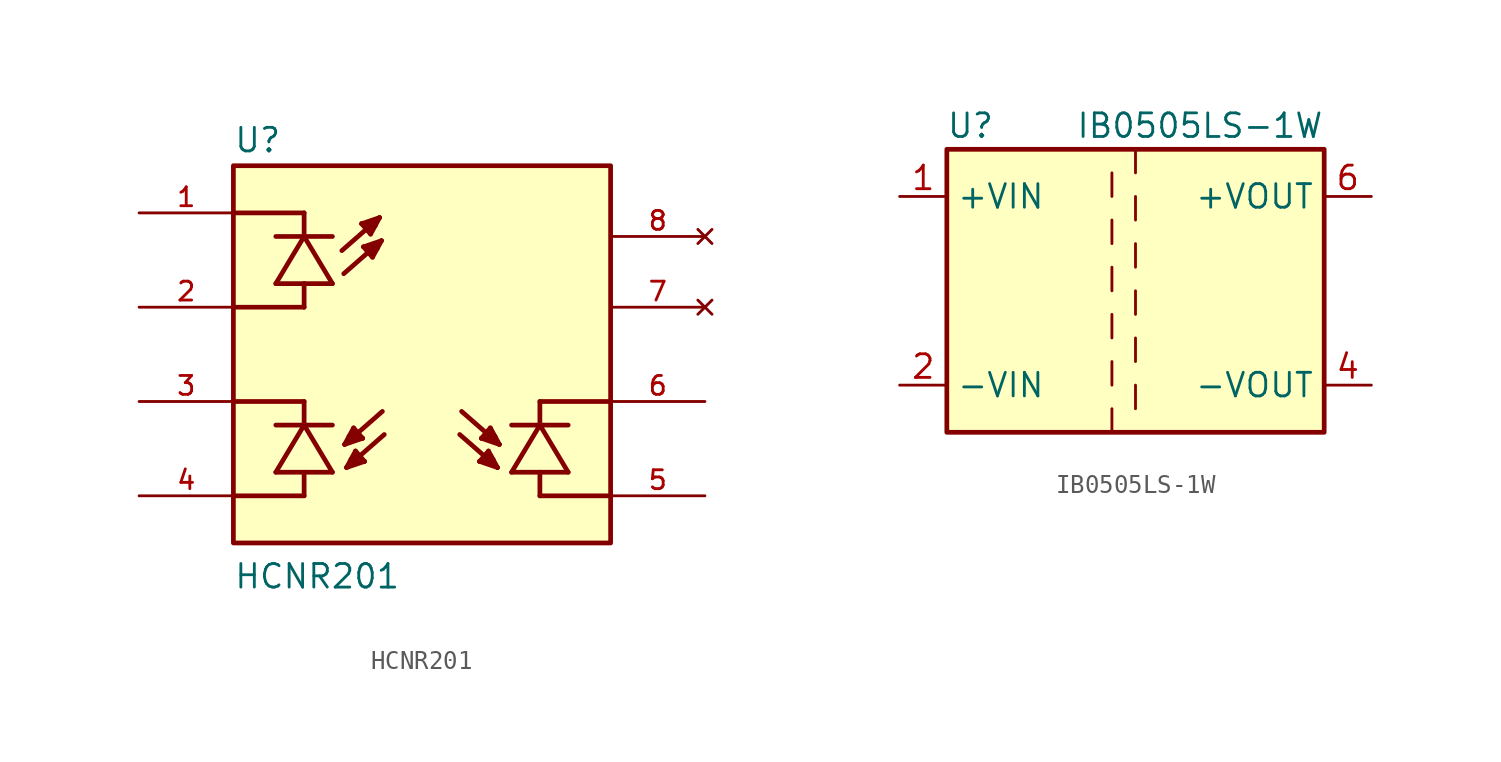
<source format=kicad_sym>
(kicad_symbol_lib
  (version 20231120)
  (generator "kicad_symbol_editor")
  (generator_version "8.0")
  (symbol "HCNR201"
    (pin_names
      (offset 1.016) hide)
    (property "Reference" "U"
      (at -10.16 10.795 0)
      (effects (font (size 1.27 1.27)) (justify left bottom)))
    (property "Value" "HCNR201"
      (at -10.16 -12.7 0)
      (effects (font (size 1.27 1.27)) (justify left bottom)))
    (property "ki_locked" ""
      (at 0 0 0)
      (effects (font (size 1.27 1.27))))
    (symbol "HCNR201_0_0"
      (rectangle (start -10.16 -10.16) (end 10.16 10.16) (stroke (width 0.254) (type default)) (fill (type background)))
      (polyline (pts (xy -10.16 -2.54) (xy -6.35 -2.54)) (stroke (width 0.254) (type default)) (fill (type none)))
      (polyline (pts (xy -10.16 2.54) (xy -6.35 2.54)) (stroke (width 0.254) (type default)) (fill (type none)))
      (polyline (pts (xy -10.16 7.62) (xy -6.35 7.62)) (stroke (width 0.254) (type default)) (fill (type none)))
      (polyline (pts (xy -7.874 -6.35) (xy -6.35 -3.81)) (stroke (width 0.254) (type default)) (fill (type none)))
      (polyline (pts (xy -7.874 3.81) (xy -6.35 6.35)) (stroke (width 0.254) (type default)) (fill (type none)))
      (polyline (pts (xy -6.35 -7.62) (xy -10.16 -7.62)) (stroke (width 0.254) (type default)) (fill (type none)))
      (polyline (pts (xy -6.35 -6.35) (xy -7.874 -6.35)) (stroke (width 0.254) (type default)) (fill (type none)))
      (polyline (pts (xy -6.35 -6.35) (xy -6.35 -7.62)) (stroke (width 0.254) (type default)) (fill (type none)))
      (polyline (pts (xy -6.35 -3.81) (xy -6.35 -2.54)) (stroke (width 0.254) (type default)) (fill (type none)))
      (polyline (pts (xy -6.35 -3.81) (xy -4.826 -6.35)) (stroke (width 0.254) (type default)) (fill (type none)))
      (polyline (pts (xy -6.35 2.54) (xy -6.35 3.81)) (stroke (width 0.254) (type default)) (fill (type none)))
      (polyline (pts (xy -6.35 3.81) (xy -7.874 3.81)) (stroke (width 0.254) (type default)) (fill (type none)))
      (polyline (pts (xy -6.35 6.35) (xy -7.874 6.35)) (stroke (width 0.254) (type default)) (fill (type none)))
      (polyline (pts (xy -6.35 6.35) (xy -4.826 3.81)) (stroke (width 0.254) (type default)) (fill (type none)))
      (polyline (pts (xy -6.35 7.62) (xy -6.35 6.35)) (stroke (width 0.254) (type default)) (fill (type none)))
      (polyline (pts (xy -4.826 -6.35) (xy -6.35 -6.35)) (stroke (width 0.254) (type default)) (fill (type none)))
      (polyline (pts (xy -4.826 -3.81) (xy -7.874 -3.81)) (stroke (width 0.254) (type default)) (fill (type none)))
      (polyline (pts (xy -4.826 3.81) (xy -6.35 3.81)) (stroke (width 0.254) (type default)) (fill (type none)))
      (polyline (pts (xy -4.826 6.35) (xy -6.35 6.35)) (stroke (width 0.254) (type default)) (fill (type none)))
      (polyline (pts (xy -4.166 -4.851) (xy -3.2 -4.521)) (stroke (width 0.254) (type default)) (fill (type none)))
      (polyline (pts (xy -4.166 -4.851) (xy -2.134 -3.073)) (stroke (width 0.254) (type default)) (fill (type none)))
      (polyline (pts (xy -4.064 -6.096) (xy -3.099 -5.766)) (stroke (width 0.254) (type default)) (fill (type none)))
      (polyline (pts (xy -4.064 -6.096) (xy -2.032 -4.318)) (stroke (width 0.254) (type default)) (fill (type none)))
      (polyline (pts (xy -3.937 -4.547) (xy -3.937 -4.42)) (stroke (width 0.254) (type default)) (fill (type none)))
      (polyline (pts (xy -3.835 -5.791) (xy -3.835 -5.664)) (stroke (width 0.254) (type default)) (fill (type none)))
      (polyline (pts (xy -3.683 -3.962) (xy -4.166 -4.851)) (stroke (width 0.254) (type default)) (fill (type none)))
      (polyline (pts (xy -3.607 -4.14) (xy -3.759 -4.369)) (stroke (width 0.254) (type default)) (fill (type none)))
      (polyline (pts (xy -3.581 -5.207) (xy -4.064 -6.096)) (stroke (width 0.254) (type default)) (fill (type none)))
      (polyline (pts (xy -3.505 -5.385) (xy -3.658 -5.613)) (stroke (width 0.254) (type default)) (fill (type none)))
      (polyline (pts (xy -3.251 7.036) (xy -2.769 6.477)) (stroke (width 0.254) (type default)) (fill (type none)))
      (polyline (pts (xy -3.251 7.036) (xy -2.515 7.061)) (stroke (width 0.254) (type default)) (fill (type none)))
      (polyline (pts (xy -3.2 -4.521) (xy -3.937 -4.547)) (stroke (width 0.254) (type default)) (fill (type none)))
      (polyline (pts (xy -3.2 -4.521) (xy -3.683 -3.962)) (stroke (width 0.254) (type default)) (fill (type none)))
      (polyline (pts (xy -3.15 5.791) (xy -2.667 5.232)) (stroke (width 0.254) (type default)) (fill (type none)))
      (polyline (pts (xy -3.15 5.791) (xy -2.413 5.817)) (stroke (width 0.254) (type default)) (fill (type none)))
      (polyline (pts (xy -3.099 -5.766) (xy -3.835 -5.791)) (stroke (width 0.254) (type default)) (fill (type none)))
      (polyline (pts (xy -3.099 -5.766) (xy -3.581 -5.207)) (stroke (width 0.254) (type default)) (fill (type none)))
      (polyline (pts (xy -2.845 6.655) (xy -2.692 6.883)) (stroke (width 0.254) (type default)) (fill (type none)))
      (polyline (pts (xy -2.769 6.477) (xy -2.286 7.366)) (stroke (width 0.254) (type default)) (fill (type none)))
      (polyline (pts (xy -2.743 5.41) (xy -2.591 5.639)) (stroke (width 0.254) (type default)) (fill (type none)))
      (polyline (pts (xy -2.667 5.232) (xy -2.184 6.121)) (stroke (width 0.254) (type default)) (fill (type none)))
      (polyline (pts (xy -2.515 7.061) (xy -2.515 6.934)) (stroke (width 0.254) (type default)) (fill (type none)))
      (polyline (pts (xy -2.413 5.817) (xy -2.413 5.69)) (stroke (width 0.254) (type default)) (fill (type none)))
      (polyline (pts (xy -2.286 7.366) (xy -4.318 5.588)) (stroke (width 0.254) (type default)) (fill (type none)))
      (polyline (pts (xy -2.286 7.366) (xy -3.251 7.036)) (stroke (width 0.254) (type default)) (fill (type none)))
      (polyline (pts (xy -2.184 6.121) (xy -4.216 4.343)) (stroke (width 0.254) (type default)) (fill (type none)))
      (polyline (pts (xy -2.184 6.121) (xy -3.15 5.791)) (stroke (width 0.254) (type default)) (fill (type none)))
      (polyline (pts (xy 3.099 -5.766) (xy 3.581 -5.207)) (stroke (width 0.254) (type default)) (fill (type none)))
      (polyline (pts (xy 3.099 -5.766) (xy 3.835 -5.791)) (stroke (width 0.254) (type default)) (fill (type none)))
      (polyline (pts (xy 3.2 -4.521) (xy 3.683 -3.962)) (stroke (width 0.254) (type default)) (fill (type none)))
      (polyline (pts (xy 3.2 -4.521) (xy 3.937 -4.547)) (stroke (width 0.254) (type default)) (fill (type none)))
      (polyline (pts (xy 3.505 -5.385) (xy 3.658 -5.613)) (stroke (width 0.254) (type default)) (fill (type none)))
      (polyline (pts (xy 3.581 -5.207) (xy 4.064 -6.096)) (stroke (width 0.254) (type default)) (fill (type none)))
      (polyline (pts (xy 3.607 -4.14) (xy 3.759 -4.369)) (stroke (width 0.254) (type default)) (fill (type none)))
      (polyline (pts (xy 3.683 -3.962) (xy 4.166 -4.851)) (stroke (width 0.254) (type default)) (fill (type none)))
      (polyline (pts (xy 3.835 -5.791) (xy 3.835 -5.664)) (stroke (width 0.254) (type default)) (fill (type none)))
      (polyline (pts (xy 3.937 -4.547) (xy 3.937 -4.42)) (stroke (width 0.254) (type default)) (fill (type none)))
      (polyline (pts (xy 4.064 -6.096) (xy 2.032 -4.318)) (stroke (width 0.254) (type default)) (fill (type none)))
      (polyline (pts (xy 4.064 -6.096) (xy 3.099 -5.766)) (stroke (width 0.254) (type default)) (fill (type none)))
      (polyline (pts (xy 4.166 -4.851) (xy 2.134 -3.073)) (stroke (width 0.254) (type default)) (fill (type none)))
      (polyline (pts (xy 4.166 -4.851) (xy 3.2 -4.521)) (stroke (width 0.254) (type default)) (fill (type none)))
      (polyline (pts (xy 4.826 -6.35) (xy 6.35 -6.35)) (stroke (width 0.254) (type default)) (fill (type none)))
      (polyline (pts (xy 4.826 -3.81) (xy 7.874 -3.81)) (stroke (width 0.254) (type default)) (fill (type none)))
      (polyline (pts (xy 6.35 -6.35) (xy 6.35 -7.62)) (stroke (width 0.254) (type default)) (fill (type none)))
      (polyline (pts (xy 6.35 -6.35) (xy 7.874 -6.35)) (stroke (width 0.254) (type default)) (fill (type none)))
      (polyline (pts (xy 6.35 -3.81) (xy 4.826 -6.35)) (stroke (width 0.254) (type default)) (fill (type none)))
      (polyline (pts (xy 6.35 -3.81) (xy 6.35 -2.54)) (stroke (width 0.254) (type default)) (fill (type none)))
      (polyline (pts (xy 6.35 -2.54) (xy 10.16 -2.54)) (stroke (width 0.254) (type default)) (fill (type none)))
      (polyline (pts (xy 7.874 -6.35) (xy 6.35 -3.81)) (stroke (width 0.254) (type default)) (fill (type none)))
      (polyline (pts (xy 10.16 -7.62) (xy 6.35 -7.62)) (stroke (width 0.254) (type default)) (fill (type none)))
      (pin passive line (at -15.24 7.62 0) (length 5.08) (name "~" (effects (font (size 1.016 1.016)))) (number "1" (effects (font (size 1.016 1.016)))))
      (pin passive line (at -15.24 2.54 0) (length 5.08) (name "~" (effects (font (size 1.016 1.016)))) (number "2" (effects (font (size 1.016 1.016)))))
      (pin passive line (at -15.24 -2.54 0) (length 5.08) (name "~" (effects (font (size 1.016 1.016)))) (number "3" (effects (font (size 1.016 1.016)))))
      (pin passive line (at -15.24 -7.62 0) (length 5.08) (name "~" (effects (font (size 1.016 1.016)))) (number "4" (effects (font (size 1.016 1.016)))))
      (pin passive line (at 15.24 -7.62 180) (length 5.08) (name "~" (effects (font (size 1.016 1.016)))) (number "5" (effects (font (size 1.016 1.016)))))
      (pin passive line (at 15.24 -2.54 180) (length 5.08) (name "~" (effects (font (size 1.016 1.016)))) (number "6" (effects (font (size 1.016 1.016)))))
      (pin no_connect line (at 15.24 2.54 180) (length 5.08) (name "~" (effects (font (size 1.016 1.016)))) (number "7" (effects (font (size 1.016 1.016)))))
      (pin no_connect line (at 15.24 6.35 180) (length 5.08) (name "~" (effects (font (size 1.016 1.016)))) (number "8" (effects (font (size 1.016 1.016)))))))
  (symbol "IB0505LS-1W"
    (property "Reference" "U"
      (at -8.89 8.89 0)
      (effects (font (size 1.27 1.27))))
    (property "Value" "IB0505LS-1W"
      (at 10.16 8.89 0)
      (effects (font (size 1.27 1.27)) (justify right)))
    (symbol "IB0505LS-1W_0_1"
      (rectangle (start -10.16 7.62) (end 10.16 -7.62) (stroke (width 0.254) (type default)) (fill (type background)))
      (polyline (pts (xy -1.27 -7.62) (xy -1.27 -6.35)) (stroke (width 0) (type default)) (fill (type none)))
      (polyline (pts (xy -1.27 -5.08) (xy -1.27 -3.81)) (stroke (width 0) (type default)) (fill (type none)))
      (polyline (pts (xy -1.27 -2.54) (xy -1.27 -1.27)) (stroke (width 0) (type default)) (fill (type none)))
      (polyline (pts (xy -1.27 0) (xy -1.27 1.27)) (stroke (width 0) (type default)) (fill (type none)))
      (polyline (pts (xy -1.27 2.54) (xy -1.27 3.81)) (stroke (width 0) (type default)) (fill (type none)))
      (polyline (pts (xy -1.27 5.08) (xy -1.27 6.35)) (stroke (width 0) (type default)) (fill (type none)))
      (polyline (pts (xy 0 -5.08) (xy 0 -6.35)) (stroke (width 0) (type default)) (fill (type none)))
      (polyline (pts (xy 0 -2.54) (xy 0 -3.81)) (stroke (width 0) (type default)) (fill (type none)))
      (polyline (pts (xy 0 0) (xy 0 -1.27)) (stroke (width 0) (type default)) (fill (type none)))
      (polyline (pts (xy 0 2.54) (xy 0 1.27)) (stroke (width 0) (type default)) (fill (type none)))
      (polyline (pts (xy 0 5.08) (xy 0 3.81)) (stroke (width 0) (type default)) (fill (type none)))
      (polyline (pts (xy 0 7.62) (xy 0 6.35)) (stroke (width 0) (type default)) (fill (type none))))
    (symbol "IB0505LS-1W_1_1"
      (pin power_in line (at -12.7 5.08 0) (length 2.54) (name "+VIN" (effects (font (size 1.27 1.27)))) (number "1" (effects (font (size 1.27 1.27)))))
      (pin power_in line (at -12.7 -5.08 0) (length 2.54) (name "-VIN" (effects (font (size 1.27 1.27)))) (number "2" (effects (font (size 1.27 1.27)))))
      (pin power_out line (at 12.7 -5.08 180) (length 2.54) (name "-VOUT" (effects (font (size 1.27 1.27)))) (number "4" (effects (font (size 1.27 1.27)))))
      (pin power_out line (at 12.7 5.08 180) (length 2.54) (name "+VOUT" (effects (font (size 1.27 1.27)))) (number "6" (effects (font (size 1.27 1.27))))))))
</source>
